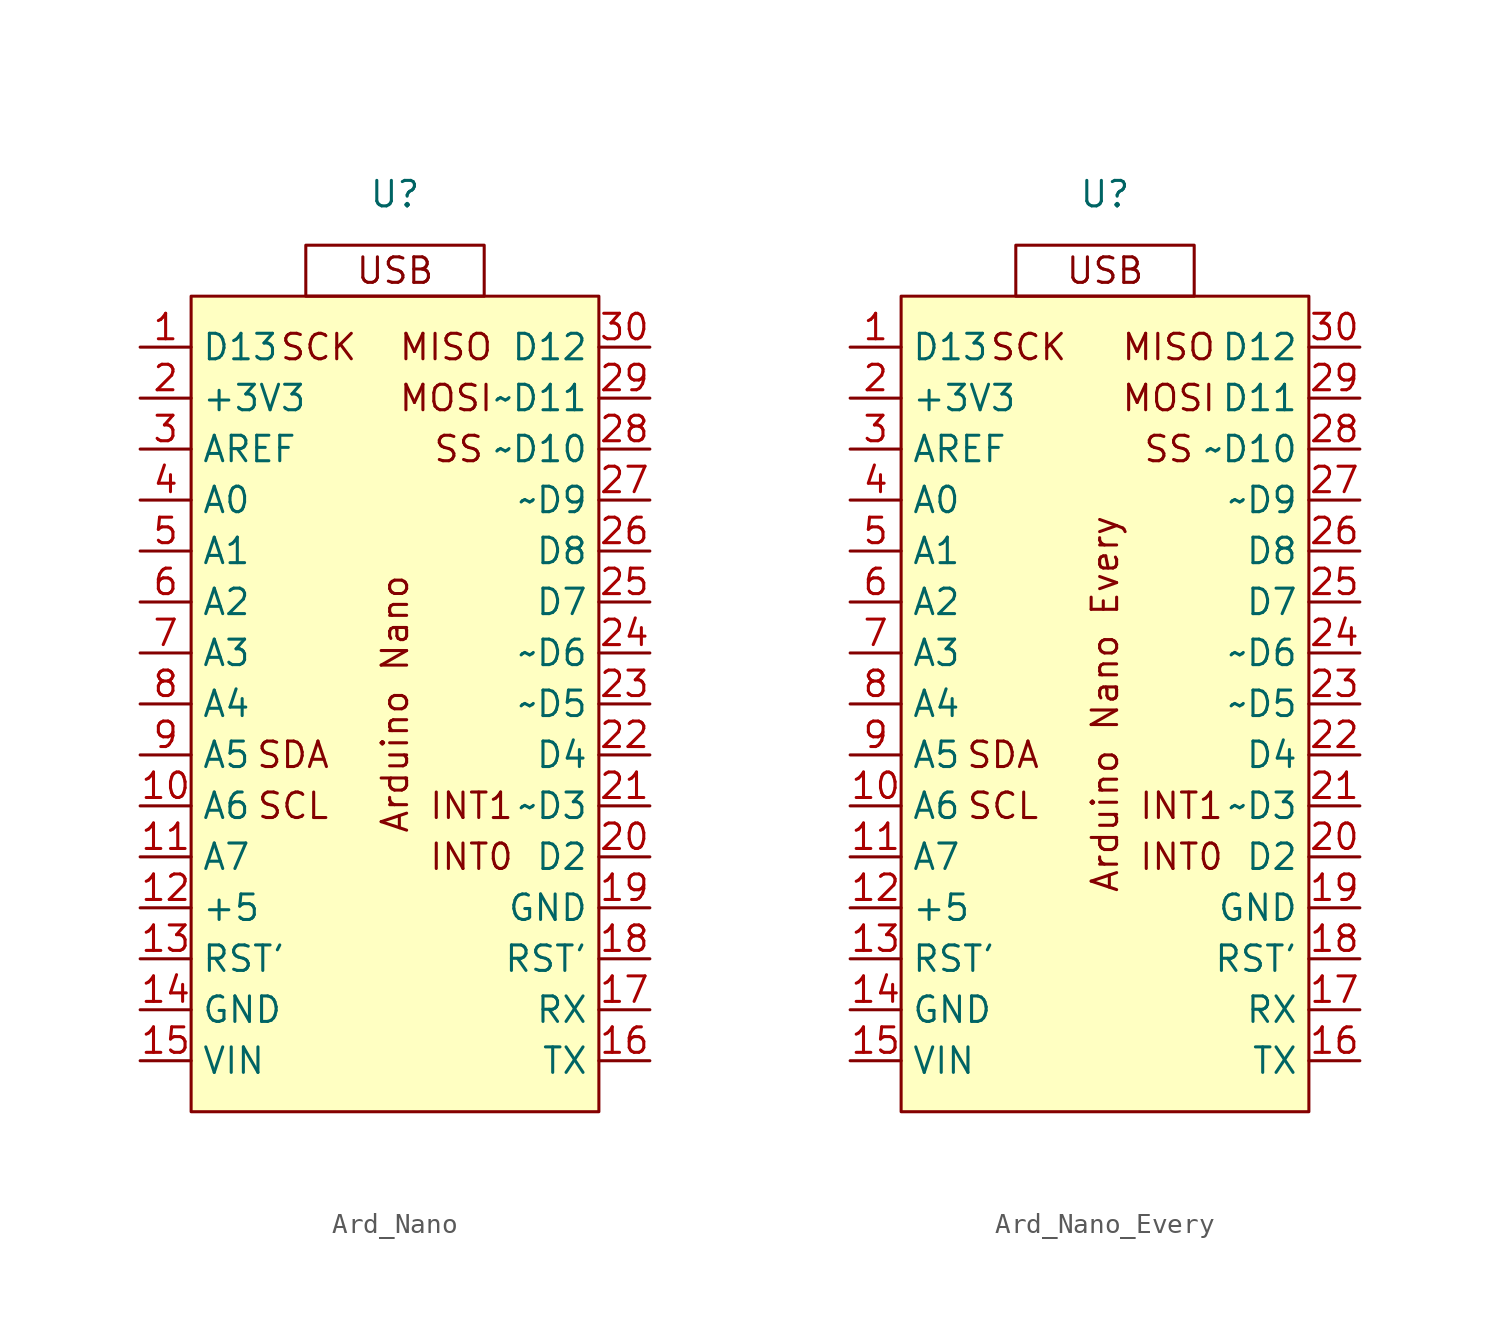
<source format=kicad_sym>
(kicad_symbol_lib
  (version 20220914)
  (generator kicad_symbol_editor)
  (symbol "Ard_Nano"
    (property "Reference" "U"
      (at 0 25.4 0)
      (effects (font (size 1.27 1.27))))
    (property "Value" ""
      (at 0 0 0)
      (effects (font (size 1.27 1.27))))
    (symbol "Ard_Nano_1_1"
      (rectangle (start -10.16 20.32) (end 10.16 -20.32) (stroke (width 0) (type default)) (fill (type background)))
      (rectangle (start -4.445 22.86) (end 4.445 20.32) (stroke (width 0) (type default)) (fill (type none)))
      (text "Arduino Nano" (at 0 0 900) (effects (font (size 1.27 1.27))))
      (text "INT0" (at 3.81 -7.62 0) (effects (font (size 1.27 1.27))))
      (text "INT1" (at 3.81 -5.08 0) (effects (font (size 1.27 1.27))))
      (text "MISO" (at 2.54 17.78 0) (effects (font (size 1.27 1.27))))
      (text "MOSI" (at 2.54 15.24 0) (effects (font (size 1.27 1.27))))
      (text "SCK" (at -3.81 17.78 0) (effects (font (size 1.27 1.27))))
      (text "SCL" (at -5.08 -5.08 0) (effects (font (size 1.27 1.27))))
      (text "SDA" (at -5.08 -2.54 0) (effects (font (size 1.27 1.27))))
      (text "SS" (at 3.175 12.7 0) (effects (font (size 1.27 1.27))))
      (text "USB" (at 0 21.59 0) (effects (font (size 1.27 1.27))))
      (pin input line (at -12.7 17.78 0) (length 2.54) (name "D13" (effects (font (size 1.27 1.27)))) (number "1" (effects (font (size 1.27 1.27)))))
      (pin input line (at -12.7 -5.08 0) (length 2.54) (name "A6" (effects (font (size 1.27 1.27)))) (number "10" (effects (font (size 1.27 1.27)))))
      (pin input line (at -12.7 -7.62 0) (length 2.54) (name "A7" (effects (font (size 1.27 1.27)))) (number "11" (effects (font (size 1.27 1.27)))))
      (pin input line (at -12.7 -10.16 0) (length 2.54) (name "+5" (effects (font (size 1.27 1.27)))) (number "12" (effects (font (size 1.27 1.27)))))
      (pin input line (at -12.7 -12.7 0) (length 2.54) (name "RST'" (effects (font (size 1.27 1.27)))) (number "13" (effects (font (size 1.27 1.27)))))
      (pin input line (at -12.7 -15.24 0) (length 2.54) (name "GND" (effects (font (size 1.27 1.27)))) (number "14" (effects (font (size 1.27 1.27)))))
      (pin input line (at -12.7 -17.78 0) (length 2.54) (name "VIN" (effects (font (size 1.27 1.27)))) (number "15" (effects (font (size 1.27 1.27)))))
      (pin input line (at 12.7 -17.78 180) (length 2.54) (name "TX" (effects (font (size 1.27 1.27)))) (number "16" (effects (font (size 1.27 1.27)))))
      (pin input line (at 12.7 -15.24 180) (length 2.54) (name "RX" (effects (font (size 1.27 1.27)))) (number "17" (effects (font (size 1.27 1.27)))))
      (pin input line (at 12.7 -12.7 180) (length 2.54) (name "RST'" (effects (font (size 1.27 1.27)))) (number "18" (effects (font (size 1.27 1.27)))))
      (pin input line (at 12.7 -10.16 180) (length 2.54) (name "GND" (effects (font (size 1.27 1.27)))) (number "19" (effects (font (size 1.27 1.27)))))
      (pin input line (at -12.7 15.24 0) (length 2.54) (name "+3V3" (effects (font (size 1.27 1.27)))) (number "2" (effects (font (size 1.27 1.27)))))
      (pin input line (at 12.7 -7.62 180) (length 2.54) (name "D2" (effects (font (size 1.27 1.27)))) (number "20" (effects (font (size 1.27 1.27)))))
      (pin input line (at 12.7 -5.08 180) (length 2.54) (name "~D3" (effects (font (size 1.27 1.27)))) (number "21" (effects (font (size 1.27 1.27)))))
      (pin input line (at 12.7 -2.54 180) (length 2.54) (name "D4" (effects (font (size 1.27 1.27)))) (number "22" (effects (font (size 1.27 1.27)))))
      (pin input line (at 12.7 0 180) (length 2.54) (name "~D5" (effects (font (size 1.27 1.27)))) (number "23" (effects (font (size 1.27 1.27)))))
      (pin input line (at 12.7 2.54 180) (length 2.54) (name "~D6" (effects (font (size 1.27 1.27)))) (number "24" (effects (font (size 1.27 1.27)))))
      (pin input line (at 12.7 5.08 180) (length 2.54) (name "D7" (effects (font (size 1.27 1.27)))) (number "25" (effects (font (size 1.27 1.27)))))
      (pin input line (at 12.7 7.62 180) (length 2.54) (name "D8" (effects (font (size 1.27 1.27)))) (number "26" (effects (font (size 1.27 1.27)))))
      (pin input line (at 12.7 10.16 180) (length 2.54) (name "~D9" (effects (font (size 1.27 1.27)))) (number "27" (effects (font (size 1.27 1.27)))))
      (pin input line (at 12.7 12.7 180) (length 2.54) (name "~D10" (effects (font (size 1.27 1.27)))) (number "28" (effects (font (size 1.27 1.27)))))
      (pin input line (at 12.7 15.24 180) (length 2.54) (name "~D11" (effects (font (size 1.27 1.27)))) (number "29" (effects (font (size 1.27 1.27)))))
      (pin input line (at -12.7 12.7 0) (length 2.54) (name "AREF" (effects (font (size 1.27 1.27)))) (number "3" (effects (font (size 1.27 1.27)))))
      (pin input line (at 12.7 17.78 180) (length 2.54) (name "D12" (effects (font (size 1.27 1.27)))) (number "30" (effects (font (size 1.27 1.27)))))
      (pin input line (at -12.7 10.16 0) (length 2.54) (name "A0" (effects (font (size 1.27 1.27)))) (number "4" (effects (font (size 1.27 1.27)))))
      (pin input line (at -12.7 7.62 0) (length 2.54) (name "A1" (effects (font (size 1.27 1.27)))) (number "5" (effects (font (size 1.27 1.27)))))
      (pin input line (at -12.7 5.08 0) (length 2.54) (name "A2" (effects (font (size 1.27 1.27)))) (number "6" (effects (font (size 1.27 1.27)))))
      (pin input line (at -12.7 2.54 0) (length 2.54) (name "A3" (effects (font (size 1.27 1.27)))) (number "7" (effects (font (size 1.27 1.27)))))
      (pin input line (at -12.7 0 0) (length 2.54) (name "A4" (effects (font (size 1.27 1.27)))) (number "8" (effects (font (size 1.27 1.27)))))
      (pin input line (at -12.7 -2.54 0) (length 2.54) (name "A5" (effects (font (size 1.27 1.27)))) (number "9" (effects (font (size 1.27 1.27)))))))
  (symbol "Ard_Nano_Every"
    (property "Reference" "U"
      (at 0 25.4 0)
      (effects (font (size 1.27 1.27))))
    (property "Value" ""
      (at 0 0 0)
      (effects (font (size 1.27 1.27))))
    (symbol "Ard_Nano_Every_1_1"
      (rectangle (start -10.16 20.32) (end 10.16 -20.32) (stroke (width 0) (type default)) (fill (type background)))
      (rectangle (start -4.445 22.86) (end 4.445 20.32) (stroke (width 0) (type default)) (fill (type none)))
      (text "Arduino Nano Every" (at 0 0 900) (effects (font (size 1.27 1.27))))
      (text "INT0" (at 3.81 -7.62 0) (effects (font (size 1.27 1.27))))
      (text "INT1" (at 3.81 -5.08 0) (effects (font (size 1.27 1.27))))
      (text "MISO" (at 3.175 17.78 0) (effects (font (size 1.27 1.27))))
      (text "MOSI" (at 3.175 15.24 0) (effects (font (size 1.27 1.27))))
      (text "SCK" (at -3.81 17.78 0) (effects (font (size 1.27 1.27))))
      (text "SCL" (at -5.08 -5.08 0) (effects (font (size 1.27 1.27))))
      (text "SDA" (at -5.08 -2.54 0) (effects (font (size 1.27 1.27))))
      (text "SS" (at 3.175 12.7 0) (effects (font (size 1.27 1.27))))
      (text "USB" (at 0 21.59 0) (effects (font (size 1.27 1.27))))
      (pin input line (at -12.7 17.78 0) (length 2.54) (name "D13" (effects (font (size 1.27 1.27)))) (number "1" (effects (font (size 1.27 1.27)))))
      (pin input line (at -12.7 -5.08 0) (length 2.54) (name "A6" (effects (font (size 1.27 1.27)))) (number "10" (effects (font (size 1.27 1.27)))))
      (pin input line (at -12.7 -7.62 0) (length 2.54) (name "A7" (effects (font (size 1.27 1.27)))) (number "11" (effects (font (size 1.27 1.27)))))
      (pin input line (at -12.7 -10.16 0) (length 2.54) (name "+5" (effects (font (size 1.27 1.27)))) (number "12" (effects (font (size 1.27 1.27)))))
      (pin input line (at -12.7 -12.7 0) (length 2.54) (name "RST'" (effects (font (size 1.27 1.27)))) (number "13" (effects (font (size 1.27 1.27)))))
      (pin input line (at -12.7 -15.24 0) (length 2.54) (name "GND" (effects (font (size 1.27 1.27)))) (number "14" (effects (font (size 1.27 1.27)))))
      (pin input line (at -12.7 -17.78 0) (length 2.54) (name "VIN" (effects (font (size 1.27 1.27)))) (number "15" (effects (font (size 1.27 1.27)))))
      (pin input line (at 12.7 -17.78 180) (length 2.54) (name "TX" (effects (font (size 1.27 1.27)))) (number "16" (effects (font (size 1.27 1.27)))))
      (pin input line (at 12.7 -15.24 180) (length 2.54) (name "RX" (effects (font (size 1.27 1.27)))) (number "17" (effects (font (size 1.27 1.27)))))
      (pin input line (at 12.7 -12.7 180) (length 2.54) (name "RST'" (effects (font (size 1.27 1.27)))) (number "18" (effects (font (size 1.27 1.27)))))
      (pin input line (at 12.7 -10.16 180) (length 2.54) (name "GND" (effects (font (size 1.27 1.27)))) (number "19" (effects (font (size 1.27 1.27)))))
      (pin input line (at -12.7 15.24 0) (length 2.54) (name "+3V3" (effects (font (size 1.27 1.27)))) (number "2" (effects (font (size 1.27 1.27)))))
      (pin input line (at 12.7 -7.62 180) (length 2.54) (name "D2" (effects (font (size 1.27 1.27)))) (number "20" (effects (font (size 1.27 1.27)))))
      (pin input line (at 12.7 -5.08 180) (length 2.54) (name "~D3" (effects (font (size 1.27 1.27)))) (number "21" (effects (font (size 1.27 1.27)))))
      (pin input line (at 12.7 -2.54 180) (length 2.54) (name "D4" (effects (font (size 1.27 1.27)))) (number "22" (effects (font (size 1.27 1.27)))))
      (pin input line (at 12.7 0 180) (length 2.54) (name "~D5" (effects (font (size 1.27 1.27)))) (number "23" (effects (font (size 1.27 1.27)))))
      (pin input line (at 12.7 2.54 180) (length 2.54) (name "~D6" (effects (font (size 1.27 1.27)))) (number "24" (effects (font (size 1.27 1.27)))))
      (pin input line (at 12.7 5.08 180) (length 2.54) (name "D7" (effects (font (size 1.27 1.27)))) (number "25" (effects (font (size 1.27 1.27)))))
      (pin input line (at 12.7 7.62 180) (length 2.54) (name "D8" (effects (font (size 1.27 1.27)))) (number "26" (effects (font (size 1.27 1.27)))))
      (pin input line (at 12.7 10.16 180) (length 2.54) (name "~D9" (effects (font (size 1.27 1.27)))) (number "27" (effects (font (size 1.27 1.27)))))
      (pin input line (at 12.7 12.7 180) (length 2.54) (name "~D10" (effects (font (size 1.27 1.27)))) (number "28" (effects (font (size 1.27 1.27)))))
      (pin input line (at 12.7 15.24 180) (length 2.54) (name "D11" (effects (font (size 1.27 1.27)))) (number "29" (effects (font (size 1.27 1.27)))))
      (pin input line (at -12.7 12.7 0) (length 2.54) (name "AREF" (effects (font (size 1.27 1.27)))) (number "3" (effects (font (size 1.27 1.27)))))
      (pin input line (at 12.7 17.78 180) (length 2.54) (name "D12" (effects (font (size 1.27 1.27)))) (number "30" (effects (font (size 1.27 1.27)))))
      (pin input line (at -12.7 10.16 0) (length 2.54) (name "A0" (effects (font (size 1.27 1.27)))) (number "4" (effects (font (size 1.27 1.27)))))
      (pin input line (at -12.7 7.62 0) (length 2.54) (name "A1" (effects (font (size 1.27 1.27)))) (number "5" (effects (font (size 1.27 1.27)))))
      (pin input line (at -12.7 5.08 0) (length 2.54) (name "A2" (effects (font (size 1.27 1.27)))) (number "6" (effects (font (size 1.27 1.27)))))
      (pin input line (at -12.7 2.54 0) (length 2.54) (name "A3" (effects (font (size 1.27 1.27)))) (number "7" (effects (font (size 1.27 1.27)))))
      (pin input line (at -12.7 0 0) (length 2.54) (name "A4" (effects (font (size 1.27 1.27)))) (number "8" (effects (font (size 1.27 1.27)))))
      (pin input line (at -12.7 -2.54 0) (length 2.54) (name "A5" (effects (font (size 1.27 1.27)))) (number "9" (effects (font (size 1.27 1.27))))))))
</source>
